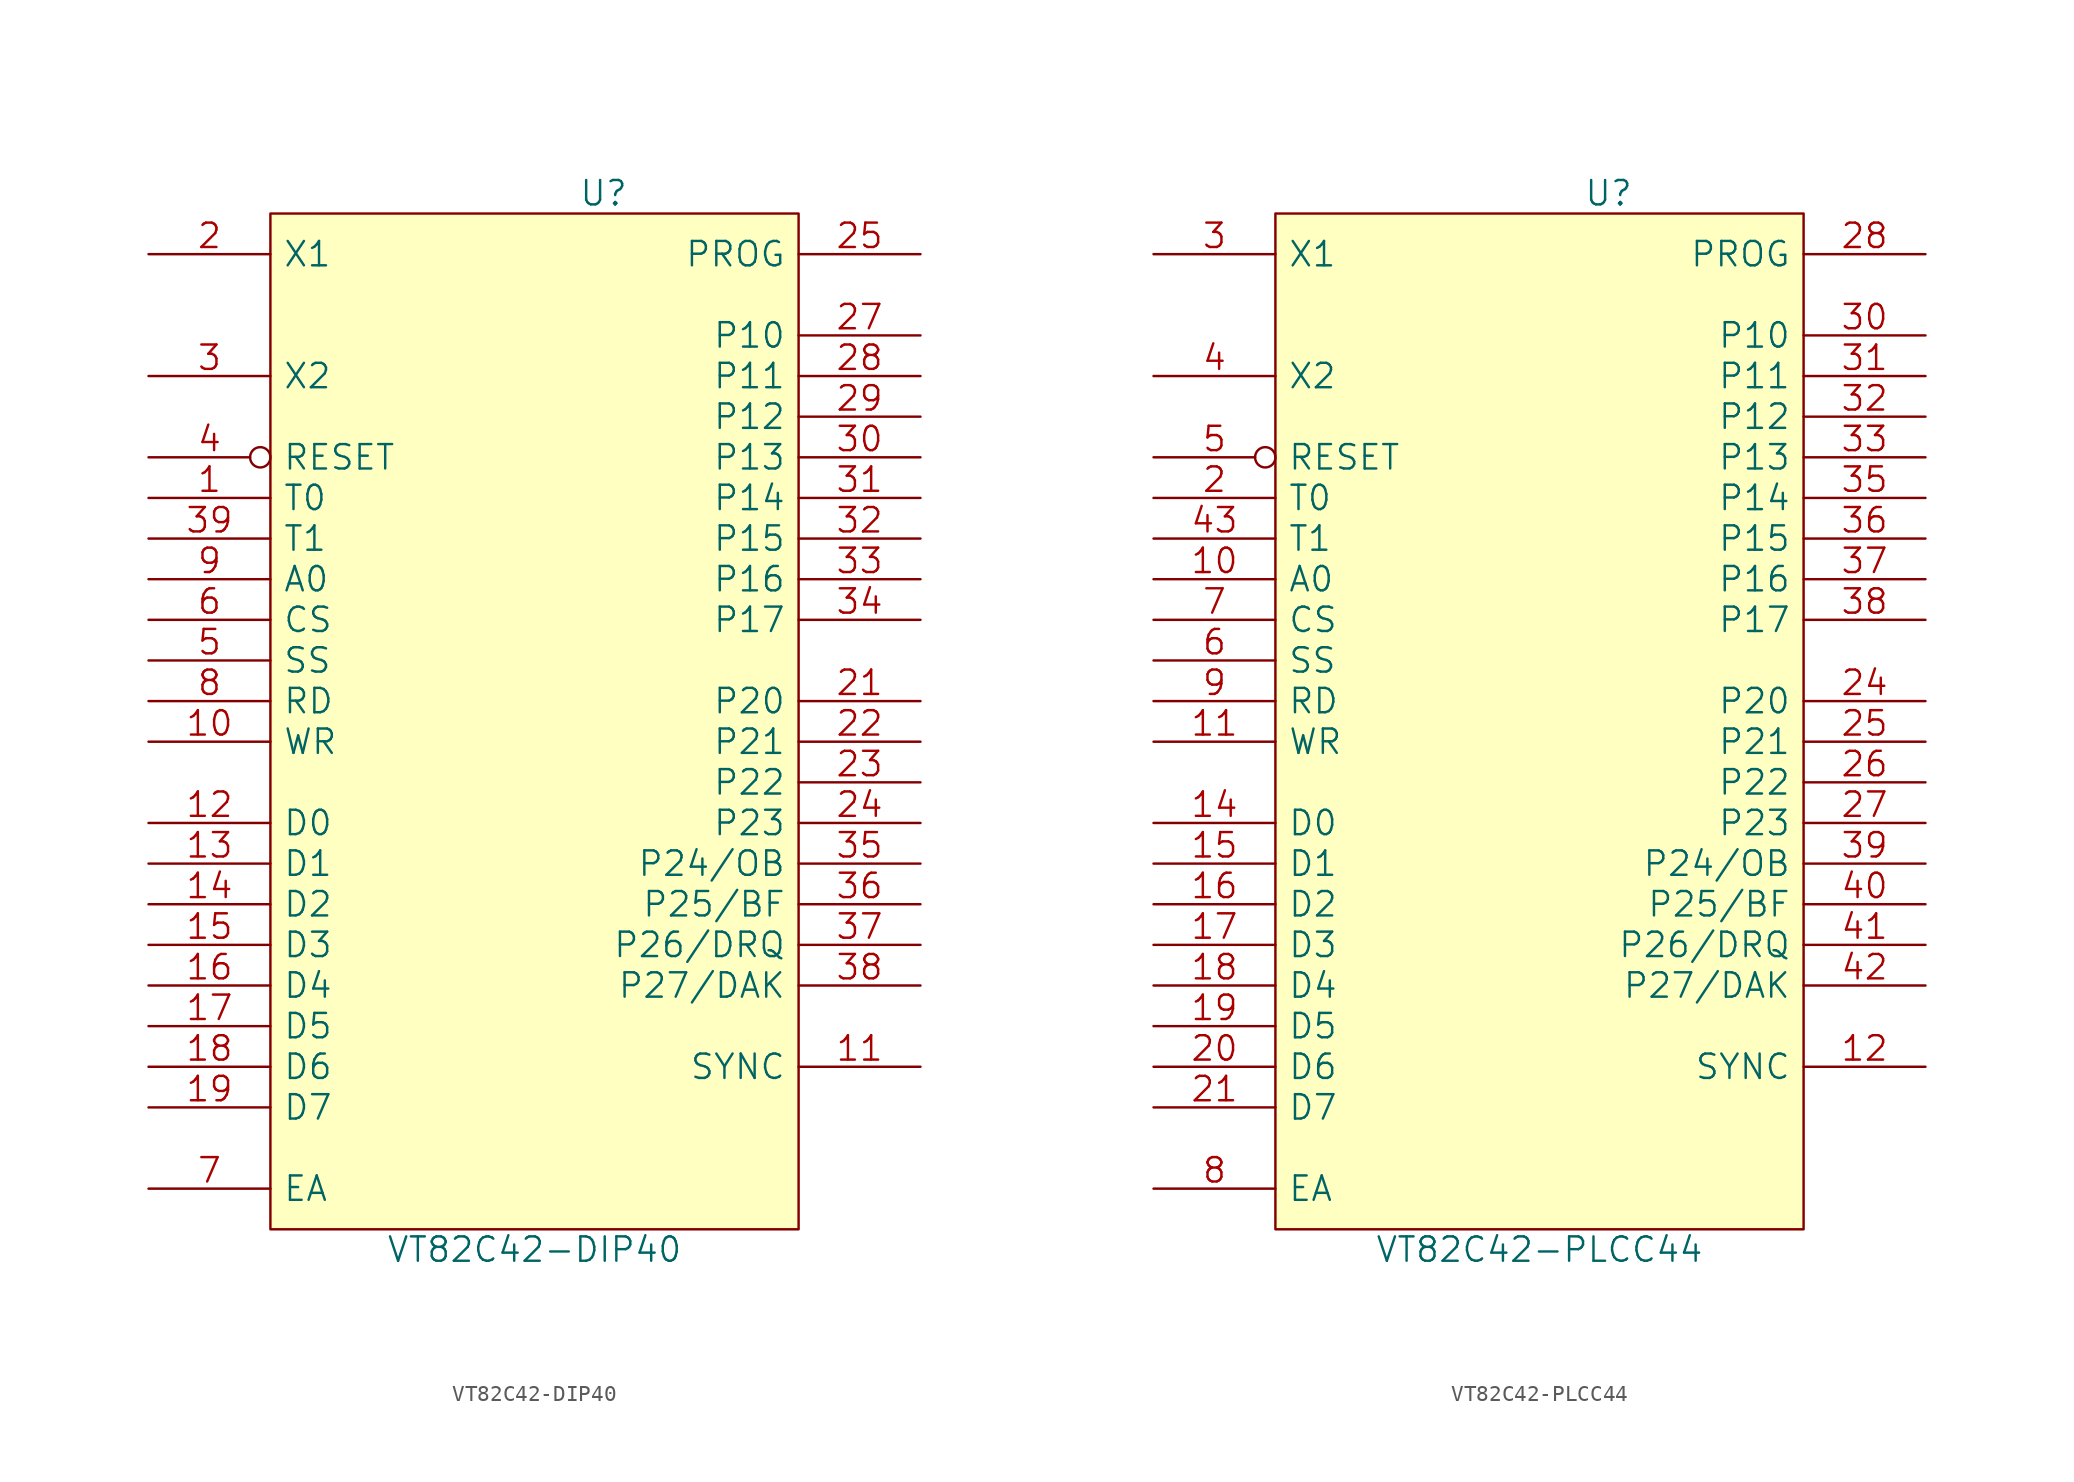
<source format=kicad_sym>
(kicad_symbol_lib
  (version 20211014)
  (generator kicad_symbol_editor)
  (symbol "VT82C42-DIP40"
    (pin_names
      (offset 0.762))
    (property "Reference" "U"
      (at 4.318 33.02 0)
      (effects (font (size 1.524 1.524))))
    (property "Value" "VT82C42-DIP40"
      (at 0 -33.02 0)
      (effects (font (size 1.524 1.524))))
    (symbol "VT82C42-DIP40_0_1"
      (rectangle (start -16.51 -31.75) (end 16.51 31.75) (stroke (width 0) (type default) (color 0 0 0 0)) (fill (type background))))
    (symbol "VT82C42-DIP40_1_1"
      (pin input line (at -24.13 13.97 0) (length 7.62) (name "T0" (effects (font (size 1.524 1.524)))) (number "1" (effects (font (size 1.524 1.524)))))
      (pin input line (at -24.13 -1.27 0) (length 7.62) (name "WR" (effects (font (size 1.524 1.524)))) (number "10" (effects (font (size 1.524 1.524)))))
      (pin output line (at 24.13 -21.59 180) (length 7.62) (name "SYNC" (effects (font (size 1.524 1.524)))) (number "11" (effects (font (size 1.524 1.524)))))
      (pin bidirectional line (at -24.13 -6.35 0) (length 7.62) (name "D0" (effects (font (size 1.524 1.524)))) (number "12" (effects (font (size 1.524 1.524)))))
      (pin bidirectional line (at -24.13 -8.89 0) (length 7.62) (name "D1" (effects (font (size 1.524 1.524)))) (number "13" (effects (font (size 1.524 1.524)))))
      (pin bidirectional line (at -24.13 -11.43 0) (length 7.62) (name "D2" (effects (font (size 1.524 1.524)))) (number "14" (effects (font (size 1.524 1.524)))))
      (pin bidirectional line (at -24.13 -13.97 0) (length 7.62) (name "D3" (effects (font (size 1.524 1.524)))) (number "15" (effects (font (size 1.524 1.524)))))
      (pin bidirectional line (at -24.13 -16.51 0) (length 7.62) (name "D4" (effects (font (size 1.524 1.524)))) (number "16" (effects (font (size 1.524 1.524)))))
      (pin bidirectional line (at -24.13 -19.05 0) (length 7.62) (name "D5" (effects (font (size 1.524 1.524)))) (number "17" (effects (font (size 1.524 1.524)))))
      (pin bidirectional line (at -24.13 -21.59 0) (length 7.62) (name "D6" (effects (font (size 1.524 1.524)))) (number "18" (effects (font (size 1.524 1.524)))))
      (pin bidirectional line (at -24.13 -24.13 0) (length 7.62) (name "D7" (effects (font (size 1.524 1.524)))) (number "19" (effects (font (size 1.524 1.524)))))
      (pin input line (at -24.13 29.21 0) (length 7.62) (name "X1" (effects (font (size 1.524 1.524)))) (number "2" (effects (font (size 1.524 1.524)))))
      (pin power_in line (at -16.51 -31.75 90) (length 0) hide (name "VSS" (effects (font (size 1.524 1.524)))) (number "20" (effects (font (size 1.524 1.524)))))
      (pin bidirectional line (at 24.13 1.27 180) (length 7.62) (name "P20" (effects (font (size 1.524 1.524)))) (number "21" (effects (font (size 1.524 1.524)))))
      (pin bidirectional line (at 24.13 -1.27 180) (length 7.62) (name "P21" (effects (font (size 1.524 1.524)))) (number "22" (effects (font (size 1.524 1.524)))))
      (pin bidirectional line (at 24.13 -3.81 180) (length 7.62) (name "P22" (effects (font (size 1.524 1.524)))) (number "23" (effects (font (size 1.524 1.524)))))
      (pin bidirectional line (at 24.13 -6.35 180) (length 7.62) (name "P23" (effects (font (size 1.524 1.524)))) (number "24" (effects (font (size 1.524 1.524)))))
      (pin bidirectional line (at 24.13 29.21 180) (length 7.62) (name "PROG" (effects (font (size 1.524 1.524)))) (number "25" (effects (font (size 1.524 1.524)))))
      (pin power_in line (at -1.27 31.75 270) (length 0) hide (name "VDD" (effects (font (size 1.524 1.524)))) (number "26" (effects (font (size 1.524 1.524)))))
      (pin bidirectional line (at 24.13 24.13 180) (length 7.62) (name "P10" (effects (font (size 1.524 1.524)))) (number "27" (effects (font (size 1.524 1.524)))))
      (pin bidirectional line (at 24.13 21.59 180) (length 7.62) (name "P11" (effects (font (size 1.524 1.524)))) (number "28" (effects (font (size 1.524 1.524)))))
      (pin bidirectional line (at 24.13 19.05 180) (length 7.62) (name "P12" (effects (font (size 1.524 1.524)))) (number "29" (effects (font (size 1.524 1.524)))))
      (pin input line (at -24.13 21.59 0) (length 7.62) (name "X2" (effects (font (size 1.524 1.524)))) (number "3" (effects (font (size 1.524 1.524)))))
      (pin bidirectional line (at 24.13 16.51 180) (length 7.62) (name "P13" (effects (font (size 1.524 1.524)))) (number "30" (effects (font (size 1.524 1.524)))))
      (pin bidirectional line (at 24.13 13.97 180) (length 7.62) (name "P14" (effects (font (size 1.524 1.524)))) (number "31" (effects (font (size 1.524 1.524)))))
      (pin bidirectional line (at 24.13 11.43 180) (length 7.62) (name "P15" (effects (font (size 1.524 1.524)))) (number "32" (effects (font (size 1.524 1.524)))))
      (pin bidirectional line (at 24.13 8.89 180) (length 7.62) (name "P16" (effects (font (size 1.524 1.524)))) (number "33" (effects (font (size 1.524 1.524)))))
      (pin bidirectional line (at 24.13 6.35 180) (length 7.62) (name "P17" (effects (font (size 1.524 1.524)))) (number "34" (effects (font (size 1.524 1.524)))))
      (pin bidirectional line (at 24.13 -8.89 180) (length 7.62) (name "P24/OB" (effects (font (size 1.524 1.524)))) (number "35" (effects (font (size 1.524 1.524)))))
      (pin bidirectional line (at 24.13 -11.43 180) (length 7.62) (name "P25/BF" (effects (font (size 1.524 1.524)))) (number "36" (effects (font (size 1.524 1.524)))))
      (pin bidirectional line (at 24.13 -13.97 180) (length 7.62) (name "P26/DRQ" (effects (font (size 1.524 1.524)))) (number "37" (effects (font (size 1.524 1.524)))))
      (pin bidirectional line (at 24.13 -16.51 180) (length 7.62) (name "P27/DAK" (effects (font (size 1.524 1.524)))) (number "38" (effects (font (size 1.524 1.524)))))
      (pin input line (at -24.13 11.43 0) (length 7.62) (name "T1" (effects (font (size 1.524 1.524)))) (number "39" (effects (font (size 1.524 1.524)))))
      (pin input inverted (at -24.13 16.51 0) (length 7.62) (name "RESET" (effects (font (size 1.524 1.524)))) (number "4" (effects (font (size 1.524 1.524)))))
      (pin power_in line (at -16.51 31.75 270) (length 0) hide (name "VCC" (effects (font (size 1.524 1.524)))) (number "40" (effects (font (size 1.524 1.524)))))
      (pin input line (at -24.13 3.81 0) (length 7.62) (name "SS" (effects (font (size 1.524 1.524)))) (number "5" (effects (font (size 1.524 1.524)))))
      (pin input line (at -24.13 6.35 0) (length 7.62) (name "CS" (effects (font (size 1.524 1.524)))) (number "6" (effects (font (size 1.524 1.524)))))
      (pin input line (at -24.13 -29.21 0) (length 7.62) (name "EA" (effects (font (size 1.524 1.524)))) (number "7" (effects (font (size 1.524 1.524)))))
      (pin input line (at -24.13 1.27 0) (length 7.62) (name "RD" (effects (font (size 1.524 1.524)))) (number "8" (effects (font (size 1.524 1.524)))))
      (pin input line (at -24.13 8.89 0) (length 7.62) (name "A0" (effects (font (size 1.524 1.524)))) (number "9" (effects (font (size 1.524 1.524)))))))
  (symbol "VT82C42-PLCC44"
    (pin_names
      (offset 0.762))
    (property "Reference" "U"
      (at 4.318 33.02 0)
      (effects (font (size 1.524 1.524))))
    (property "Value" "VT82C42-PLCC44"
      (at 0 -33.02 0)
      (effects (font (size 1.524 1.524))))
    (symbol "VT82C42-PLCC44_0_1"
      (rectangle (start -16.51 -31.75) (end 16.51 31.75) (stroke (width 0) (type default) (color 0 0 0 0)) (fill (type background))))
    (symbol "VT82C42-PLCC44_1_1"
      (pin no_connect line (at 24.13 -24.13 180) (length 7.62) hide (name "NC" (effects (font (size 1.524 1.524)))) (number "1" (effects (font (size 1.524 1.524)))))
      (pin input line (at -24.13 8.89 0) (length 7.62) (name "A0" (effects (font (size 1.524 1.524)))) (number "10" (effects (font (size 1.524 1.524)))))
      (pin input line (at -24.13 -1.27 0) (length 7.62) (name "WR" (effects (font (size 1.524 1.524)))) (number "11" (effects (font (size 1.524 1.524)))))
      (pin output line (at 24.13 -21.59 180) (length 7.62) (name "SYNC" (effects (font (size 1.524 1.524)))) (number "12" (effects (font (size 1.524 1.524)))))
      (pin no_connect line (at 24.13 -26.67 180) (length 7.62) hide (name "NC" (effects (font (size 1.524 1.524)))) (number "13" (effects (font (size 1.524 1.524)))))
      (pin bidirectional line (at -24.13 -6.35 0) (length 7.62) (name "D0" (effects (font (size 1.524 1.524)))) (number "14" (effects (font (size 1.524 1.524)))))
      (pin bidirectional line (at -24.13 -8.89 0) (length 7.62) (name "D1" (effects (font (size 1.524 1.524)))) (number "15" (effects (font (size 1.524 1.524)))))
      (pin bidirectional line (at -24.13 -11.43 0) (length 7.62) (name "D2" (effects (font (size 1.524 1.524)))) (number "16" (effects (font (size 1.524 1.524)))))
      (pin bidirectional line (at -24.13 -13.97 0) (length 7.62) (name "D3" (effects (font (size 1.524 1.524)))) (number "17" (effects (font (size 1.524 1.524)))))
      (pin bidirectional line (at -24.13 -16.51 0) (length 7.62) (name "D4" (effects (font (size 1.524 1.524)))) (number "18" (effects (font (size 1.524 1.524)))))
      (pin bidirectional line (at -24.13 -19.05 0) (length 7.62) (name "D5" (effects (font (size 1.524 1.524)))) (number "19" (effects (font (size 1.524 1.524)))))
      (pin input line (at -24.13 13.97 0) (length 7.62) (name "T0" (effects (font (size 1.524 1.524)))) (number "2" (effects (font (size 1.524 1.524)))))
      (pin bidirectional line (at -24.13 -21.59 0) (length 7.62) (name "D6" (effects (font (size 1.524 1.524)))) (number "20" (effects (font (size 1.524 1.524)))))
      (pin bidirectional line (at -24.13 -24.13 0) (length 7.62) (name "D7" (effects (font (size 1.524 1.524)))) (number "21" (effects (font (size 1.524 1.524)))))
      (pin power_in line (at -16.51 -31.75 90) (length 0) hide (name "VSS" (effects (font (size 1.524 1.524)))) (number "22" (effects (font (size 1.524 1.524)))))
      (pin no_connect line (at 24.13 -29.21 180) (length 7.62) hide (name "NC" (effects (font (size 1.524 1.524)))) (number "23" (effects (font (size 1.524 1.524)))))
      (pin bidirectional line (at 24.13 1.27 180) (length 7.62) (name "P20" (effects (font (size 1.524 1.524)))) (number "24" (effects (font (size 1.524 1.524)))))
      (pin bidirectional line (at 24.13 -1.27 180) (length 7.62) (name "P21" (effects (font (size 1.524 1.524)))) (number "25" (effects (font (size 1.524 1.524)))))
      (pin bidirectional line (at 24.13 -3.81 180) (length 7.62) (name "P22" (effects (font (size 1.524 1.524)))) (number "26" (effects (font (size 1.524 1.524)))))
      (pin bidirectional line (at 24.13 -6.35 180) (length 7.62) (name "P23" (effects (font (size 1.524 1.524)))) (number "27" (effects (font (size 1.524 1.524)))))
      (pin bidirectional line (at 24.13 29.21 180) (length 7.62) (name "PROG" (effects (font (size 1.524 1.524)))) (number "28" (effects (font (size 1.524 1.524)))))
      (pin power_in line (at -1.27 31.75 270) (length 0) hide (name "VDD" (effects (font (size 1.524 1.524)))) (number "29" (effects (font (size 1.524 1.524)))))
      (pin input line (at -24.13 29.21 0) (length 7.62) (name "X1" (effects (font (size 1.524 1.524)))) (number "3" (effects (font (size 1.524 1.524)))))
      (pin bidirectional line (at 24.13 24.13 180) (length 7.62) (name "P10" (effects (font (size 1.524 1.524)))) (number "30" (effects (font (size 1.524 1.524)))))
      (pin bidirectional line (at 24.13 21.59 180) (length 7.62) (name "P11" (effects (font (size 1.524 1.524)))) (number "31" (effects (font (size 1.524 1.524)))))
      (pin bidirectional line (at 24.13 19.05 180) (length 7.62) (name "P12" (effects (font (size 1.524 1.524)))) (number "32" (effects (font (size 1.524 1.524)))))
      (pin bidirectional line (at 24.13 16.51 180) (length 7.62) (name "P13" (effects (font (size 1.524 1.524)))) (number "33" (effects (font (size 1.524 1.524)))))
      (pin no_connect line (at 24.13 -31.75 180) (length 7.62) hide (name "NC" (effects (font (size 1.524 1.524)))) (number "34" (effects (font (size 1.524 1.524)))))
      (pin bidirectional line (at 24.13 13.97 180) (length 7.62) (name "P14" (effects (font (size 1.524 1.524)))) (number "35" (effects (font (size 1.524 1.524)))))
      (pin bidirectional line (at 24.13 11.43 180) (length 7.62) (name "P15" (effects (font (size 1.524 1.524)))) (number "36" (effects (font (size 1.524 1.524)))))
      (pin bidirectional line (at 24.13 8.89 180) (length 7.62) (name "P16" (effects (font (size 1.524 1.524)))) (number "37" (effects (font (size 1.524 1.524)))))
      (pin bidirectional line (at 24.13 6.35 180) (length 7.62) (name "P17" (effects (font (size 1.524 1.524)))) (number "38" (effects (font (size 1.524 1.524)))))
      (pin bidirectional line (at 24.13 -8.89 180) (length 7.62) (name "P24/OB" (effects (font (size 1.524 1.524)))) (number "39" (effects (font (size 1.524 1.524)))))
      (pin input line (at -24.13 21.59 0) (length 7.62) (name "X2" (effects (font (size 1.524 1.524)))) (number "4" (effects (font (size 1.524 1.524)))))
      (pin bidirectional line (at 24.13 -11.43 180) (length 7.62) (name "P25/BF" (effects (font (size 1.524 1.524)))) (number "40" (effects (font (size 1.524 1.524)))))
      (pin bidirectional line (at 24.13 -13.97 180) (length 7.62) (name "P26/DRQ" (effects (font (size 1.524 1.524)))) (number "41" (effects (font (size 1.524 1.524)))))
      (pin bidirectional line (at 24.13 -16.51 180) (length 7.62) (name "P27/DAK" (effects (font (size 1.524 1.524)))) (number "42" (effects (font (size 1.524 1.524)))))
      (pin input line (at -24.13 11.43 0) (length 7.62) (name "T1" (effects (font (size 1.524 1.524)))) (number "43" (effects (font (size 1.524 1.524)))))
      (pin power_in line (at -16.51 31.75 270) (length 0) hide (name "VCC" (effects (font (size 1.524 1.524)))) (number "44" (effects (font (size 1.524 1.524)))))
      (pin input inverted (at -24.13 16.51 0) (length 7.62) (name "RESET" (effects (font (size 1.524 1.524)))) (number "5" (effects (font (size 1.524 1.524)))))
      (pin input line (at -24.13 3.81 0) (length 7.62) (name "SS" (effects (font (size 1.524 1.524)))) (number "6" (effects (font (size 1.524 1.524)))))
      (pin input line (at -24.13 6.35 0) (length 7.62) (name "CS" (effects (font (size 1.524 1.524)))) (number "7" (effects (font (size 1.524 1.524)))))
      (pin input line (at -24.13 -29.21 0) (length 7.62) (name "EA" (effects (font (size 1.524 1.524)))) (number "8" (effects (font (size 1.524 1.524)))))
      (pin input line (at -24.13 1.27 0) (length 7.62) (name "RD" (effects (font (size 1.524 1.524)))) (number "9" (effects (font (size 1.524 1.524))))))))
</source>
